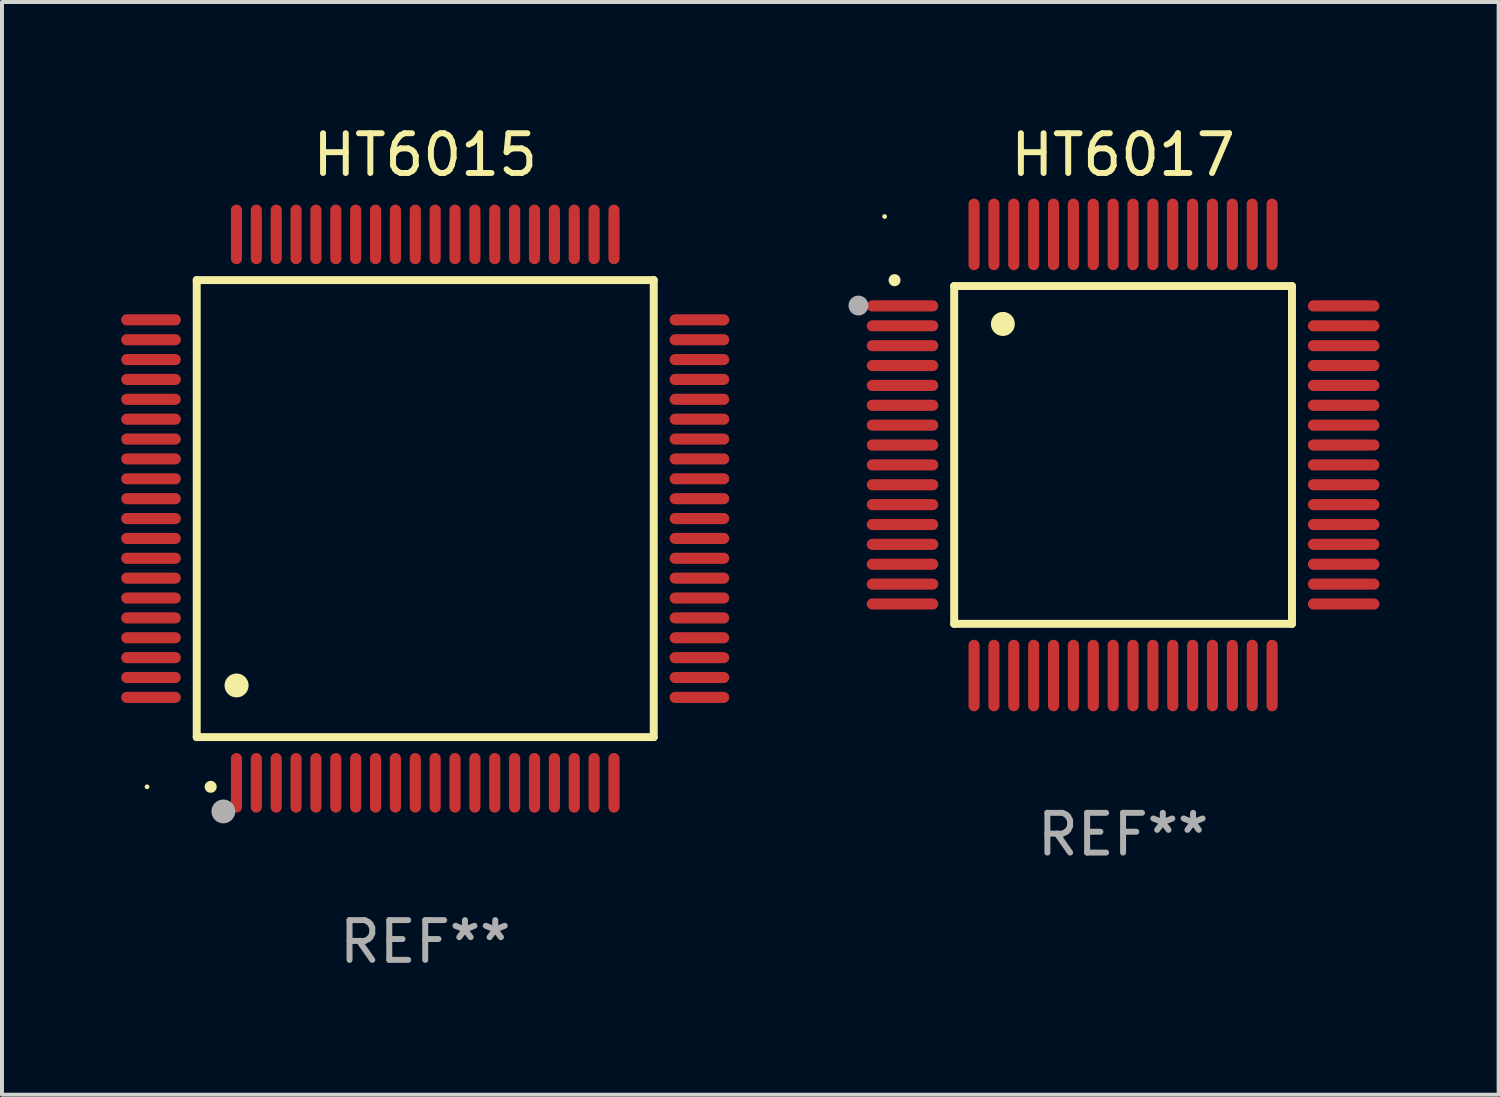
<source format=kicad_pcb>
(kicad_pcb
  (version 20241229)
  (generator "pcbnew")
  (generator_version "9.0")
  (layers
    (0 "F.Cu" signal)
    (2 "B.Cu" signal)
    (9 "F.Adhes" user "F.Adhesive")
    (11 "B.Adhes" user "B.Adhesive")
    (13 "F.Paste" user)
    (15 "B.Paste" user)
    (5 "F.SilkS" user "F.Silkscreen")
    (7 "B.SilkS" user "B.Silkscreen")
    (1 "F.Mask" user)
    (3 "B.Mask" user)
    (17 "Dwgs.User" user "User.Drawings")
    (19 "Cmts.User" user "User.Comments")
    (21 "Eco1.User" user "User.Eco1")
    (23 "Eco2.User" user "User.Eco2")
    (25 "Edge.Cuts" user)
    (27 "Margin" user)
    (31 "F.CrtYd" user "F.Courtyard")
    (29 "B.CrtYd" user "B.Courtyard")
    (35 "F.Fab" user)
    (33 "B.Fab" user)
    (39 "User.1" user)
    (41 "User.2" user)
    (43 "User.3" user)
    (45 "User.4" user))
  (footprint "HT6017"
    (layer "F.Cu")
    (at 25.21 8.398)
    (property "Reference" "HT6017" (at 0 -7.55 0) (layer "F.SilkS") (effects (font (size 1 1) (thickness 0.15))))
    (attr through_hole)
    (fp_line (start -4.25 -4.25) (end -4.25 4.25) (stroke (width 0.2) (type solid)) (layer "F.SilkS"))
    (fp_line (start -4.25 4.25) (end 4.25 4.25) (stroke (width 0.2) (type solid)) (layer "F.SilkS"))
    (fp_line (start 4.25 -4.25) (end -4.25 -4.25) (stroke (width 0.2) (type solid)) (layer "F.SilkS"))
    (fp_line (start 4.25 4.25) (end 4.25 -4.25) (stroke (width 0.2) (type solid)) (layer "F.SilkS"))
    (fp_arc (start -5.750572 -4.396749) (mid -5.750577 -4.398019) (end -5.750572 -4.399289) (stroke (width 0.3) (type solid)) (layer "F.SilkS"))
    (fp_arc (start -3.025146 -3.294387) (mid -3.025157 -3.296927) (end -3.025146 -3.299467) (stroke (width 0.6) (type solid)) (layer "F.SilkS"))
    (fp_circle (center -6 -6) (end -5.97 -6) (stroke (width 0.06) (type solid)) (fill no) (layer "F.SilkS"))
    (fp_circle (center -6.66 -3.76) (end -6.535 -3.76) (stroke (width 0.25) (type solid)) (fill no) (layer "F.Fab"))
    (fp_text user "REF**" (at 0 9.55 0) (layer "F.Fab") (effects (font (size 1 1) (thickness 0.15))))
    (pad "1" smd oval (at -5.55 -3.75) (size 1.8 0.28) (layers "F.Cu" "F.Mask" "F.Paste"))
    (pad "2" smd oval (at -5.55 -3.25) (size 1.8 0.28) (layers "F.Cu" "F.Mask" "F.Paste"))
    (pad "3" smd oval (at -5.55 -2.75) (size 1.8 0.28) (layers "F.Cu" "F.Mask" "F.Paste"))
    (pad "4" smd oval (at -5.55 -2.25) (size 1.8 0.28) (layers "F.Cu" "F.Mask" "F.Paste"))
    (pad "5" smd oval (at -5.55 -1.75) (size 1.8 0.28) (layers "F.Cu" "F.Mask" "F.Paste"))
    (pad "6" smd oval (at -5.55 -1.25) (size 1.8 0.28) (layers "F.Cu" "F.Mask" "F.Paste"))
    (pad "7" smd oval (at -5.55 -0.75) (size 1.8 0.28) (layers "F.Cu" "F.Mask" "F.Paste"))
    (pad "8" smd oval (at -5.55 -0.25) (size 1.8 0.28) (layers "F.Cu" "F.Mask" "F.Paste"))
    (pad "9" smd oval (at -5.55 0.25) (size 1.8 0.28) (layers "F.Cu" "F.Mask" "F.Paste"))
    (pad "10" smd oval (at -5.55 0.75) (size 1.8 0.28) (layers "F.Cu" "F.Mask" "F.Paste"))
    (pad "11" smd oval (at -5.55 1.25) (size 1.8 0.28) (layers "F.Cu" "F.Mask" "F.Paste"))
    (pad "12" smd oval (at -5.55 1.75) (size 1.8 0.28) (layers "F.Cu" "F.Mask" "F.Paste"))
    (pad "13" smd oval (at -5.55 2.25) (size 1.8 0.28) (layers "F.Cu" "F.Mask" "F.Paste"))
    (pad "14" smd oval (at -5.55 2.75) (size 1.8 0.28) (layers "F.Cu" "F.Mask" "F.Paste"))
    (pad "15" smd oval (at -5.55 3.25) (size 1.8 0.28) (layers "F.Cu" "F.Mask" "F.Paste"))
    (pad "16" smd oval (at -5.55 3.75) (size 1.8 0.28) (layers "F.Cu" "F.Mask" "F.Paste"))
    (pad "17" smd oval (at -3.75 5.55) (size 0.28 1.8) (layers "F.Cu" "F.Mask" "F.Paste"))
    (pad "18" smd oval (at -3.25 5.55) (size 0.28 1.8) (layers "F.Cu" "F.Mask" "F.Paste"))
    (pad "19" smd oval (at -2.75 5.55) (size 0.28 1.8) (layers "F.Cu" "F.Mask" "F.Paste"))
    (pad "20" smd oval (at -2.25 5.55) (size 0.28 1.8) (layers "F.Cu" "F.Mask" "F.Paste"))
    (pad "21" smd oval (at -1.75 5.55) (size 0.28 1.8) (layers "F.Cu" "F.Mask" "F.Paste"))
    (pad "22" smd oval (at -1.25 5.55) (size 0.28 1.8) (layers "F.Cu" "F.Mask" "F.Paste"))
    (pad "23" smd oval (at -0.75 5.55) (size 0.28 1.8) (layers "F.Cu" "F.Mask" "F.Paste"))
    (pad "24" smd oval (at -0.25 5.55) (size 0.28 1.8) (layers "F.Cu" "F.Mask" "F.Paste"))
    (pad "25" smd oval (at 0.25 5.55) (size 0.28 1.8) (layers "F.Cu" "F.Mask" "F.Paste"))
    (pad "26" smd oval (at 0.75 5.55) (size 0.28 1.8) (layers "F.Cu" "F.Mask" "F.Paste"))
    (pad "27" smd oval (at 1.25 5.55) (size 0.28 1.8) (layers "F.Cu" "F.Mask" "F.Paste"))
    (pad "28" smd oval (at 1.75 5.55) (size 0.28 1.8) (layers "F.Cu" "F.Mask" "F.Paste"))
    (pad "29" smd oval (at 2.25 5.55) (size 0.28 1.8) (layers "F.Cu" "F.Mask" "F.Paste"))
    (pad "30" smd oval (at 2.75 5.55) (size 0.28 1.8) (layers "F.Cu" "F.Mask" "F.Paste"))
    (pad "31" smd oval (at 3.25 5.55) (size 0.28 1.8) (layers "F.Cu" "F.Mask" "F.Paste"))
    (pad "32" smd oval (at 3.75 5.55) (size 0.28 1.8) (layers "F.Cu" "F.Mask" "F.Paste"))
    (pad "33" smd oval (at 5.55 3.75) (size 1.8 0.28) (layers "F.Cu" "F.Mask" "F.Paste"))
    (pad "34" smd oval (at 5.55 3.25) (size 1.8 0.28) (layers "F.Cu" "F.Mask" "F.Paste"))
    (pad "35" smd oval (at 5.55 2.75) (size 1.8 0.28) (layers "F.Cu" "F.Mask" "F.Paste"))
    (pad "36" smd oval (at 5.55 2.25) (size 1.8 0.28) (layers "F.Cu" "F.Mask" "F.Paste"))
    (pad "37" smd oval (at 5.55 1.75) (size 1.8 0.28) (layers "F.Cu" "F.Mask" "F.Paste"))
    (pad "38" smd oval (at 5.55 1.25) (size 1.8 0.28) (layers "F.Cu" "F.Mask" "F.Paste"))
    (pad "39" smd oval (at 5.55 0.75) (size 1.8 0.28) (layers "F.Cu" "F.Mask" "F.Paste"))
    (pad "40" smd oval (at 5.55 0.25) (size 1.8 0.28) (layers "F.Cu" "F.Mask" "F.Paste"))
    (pad "41" smd oval (at 5.55 -0.25) (size 1.8 0.28) (layers "F.Cu" "F.Mask" "F.Paste"))
    (pad "42" smd oval (at 5.55 -0.75) (size 1.8 0.28) (layers "F.Cu" "F.Mask" "F.Paste"))
    (pad "43" smd oval (at 5.55 -1.25) (size 1.8 0.28) (layers "F.Cu" "F.Mask" "F.Paste"))
    (pad "44" smd oval (at 5.55 -1.75) (size 1.8 0.28) (layers "F.Cu" "F.Mask" "F.Paste"))
    (pad "45" smd oval (at 5.55 -2.25) (size 1.8 0.28) (layers "F.Cu" "F.Mask" "F.Paste"))
    (pad "46" smd oval (at 5.55 -2.75) (size 1.8 0.28) (layers "F.Cu" "F.Mask" "F.Paste"))
    (pad "47" smd oval (at 5.55 -3.25) (size 1.8 0.28) (layers "F.Cu" "F.Mask" "F.Paste"))
    (pad "48" smd oval (at 5.55 -3.75) (size 1.8 0.28) (layers "F.Cu" "F.Mask" "F.Paste"))
    (pad "49" smd oval (at 3.75 -5.55) (size 0.28 1.8) (layers "F.Cu" "F.Mask" "F.Paste"))
    (pad "50" smd oval (at 3.25 -5.55) (size 0.28 1.8) (layers "F.Cu" "F.Mask" "F.Paste"))
    (pad "51" smd oval (at 2.75 -5.55) (size 0.28 1.8) (layers "F.Cu" "F.Mask" "F.Paste"))
    (pad "52" smd oval (at 2.25 -5.55) (size 0.28 1.8) (layers "F.Cu" "F.Mask" "F.Paste"))
    (pad "53" smd oval (at 1.75 -5.55) (size 0.28 1.8) (layers "F.Cu" "F.Mask" "F.Paste"))
    (pad "54" smd oval (at 1.25 -5.55) (size 0.28 1.8) (layers "F.Cu" "F.Mask" "F.Paste"))
    (pad "55" smd oval (at 0.75 -5.55) (size 0.28 1.8) (layers "F.Cu" "F.Mask" "F.Paste"))
    (pad "56" smd oval (at 0.25 -5.55) (size 0.28 1.8) (layers "F.Cu" "F.Mask" "F.Paste"))
    (pad "57" smd oval (at -0.25 -5.55) (size 0.28 1.8) (layers "F.Cu" "F.Mask" "F.Paste"))
    (pad "58" smd oval (at -0.75 -5.55) (size 0.28 1.8) (layers "F.Cu" "F.Mask" "F.Paste"))
    (pad "59" smd oval (at -1.25 -5.55) (size 0.28 1.8) (layers "F.Cu" "F.Mask" "F.Paste"))
    (pad "60" smd oval (at -1.75 -5.55) (size 0.28 1.8) (layers "F.Cu" "F.Mask" "F.Paste"))
    (pad "61" smd oval (at -2.25 -5.55) (size 0.28 1.8) (layers "F.Cu" "F.Mask" "F.Paste"))
    (pad "62" smd oval (at -2.75 -5.55) (size 0.28 1.8) (layers "F.Cu" "F.Mask" "F.Paste"))
    (pad "63" smd oval (at -3.25 -5.55) (size 0.28 1.8) (layers "F.Cu" "F.Mask" "F.Paste"))
    (pad "64" smd oval (at -3.75 -5.55) (size 0.28 1.8) (layers "F.Cu" "F.Mask" "F.Paste")))
  (footprint "HT6015"
    (layer "F.Cu")
    (at 7.65 9.748)
    (property "Reference" "HT6015" (at 0 -8.9 0) (layer "F.SilkS") (effects (font (size 1 1) (thickness 0.15))))
    (attr through_hole)
    (fp_line (start -5.75 -5.75) (end 5.75 -5.75) (stroke (width 0.2) (type solid)) (layer "F.SilkS"))
    (fp_line (start -5.75 5.75) (end -5.75 -5.75) (stroke (width 0.2) (type solid)) (layer "F.SilkS"))
    (fp_line (start 5.75 -5.75) (end 5.75 5.75) (stroke (width 0.2) (type solid)) (layer "F.SilkS"))
    (fp_line (start 5.75 5.75) (end -5.75 5.75) (stroke (width 0.2) (type solid)) (layer "F.SilkS"))
    (fp_arc (start -5.400051 7.000254) (mid -5.398781 7.000249) (end -5.397511 7.000254) (stroke (width 0.3) (type solid)) (layer "F.SilkS"))
    (fp_arc (start -4.749809 4.450089) (mid -4.747269 4.450078) (end -4.744729 4.450089) (stroke (width 0.6) (type solid)) (layer "F.SilkS"))
    (fp_circle (center -7 7) (end -6.97 7) (stroke (width 0.06) (type solid)) (fill no) (layer "F.SilkS"))
    (fp_circle (center -5.08 7.62) (end -4.93 7.62) (stroke (width 0.3) (type solid)) (fill no) (layer "F.Fab"))
    (fp_text user "REF**" (at 0 10.9 0) (layer "F.Fab") (effects (font (size 1 1) (thickness 0.15))))
    (pad "1" smd oval (at -4.75 6.9 180) (size 0.28 1.5) (layers "F.Cu" "F.Mask" "F.Paste"))
    (pad "2" smd oval (at -4.25 6.9 180) (size 0.28 1.5) (layers "F.Cu" "F.Mask" "F.Paste"))
    (pad "3" smd oval (at -3.75 6.9 180) (size 0.28 1.5) (layers "F.Cu" "F.Mask" "F.Paste"))
    (pad "4" smd oval (at -3.25 6.9 180) (size 0.28 1.5) (layers "F.Cu" "F.Mask" "F.Paste"))
    (pad "5" smd oval (at -2.75 6.9 180) (size 0.28 1.5) (layers "F.Cu" "F.Mask" "F.Paste"))
    (pad "6" smd oval (at -2.25 6.9 180) (size 0.28 1.5) (layers "F.Cu" "F.Mask" "F.Paste"))
    (pad "7" smd oval (at -1.75 6.9 180) (size 0.28 1.5) (layers "F.Cu" "F.Mask" "F.Paste"))
    (pad "8" smd oval (at -1.25 6.9 180) (size 0.28 1.5) (layers "F.Cu" "F.Mask" "F.Paste"))
    (pad "9" smd oval (at -0.75 6.9 180) (size 0.28 1.5) (layers "F.Cu" "F.Mask" "F.Paste"))
    (pad "10" smd oval (at -0.25 6.9 180) (size 0.28 1.5) (layers "F.Cu" "F.Mask" "F.Paste"))
    (pad "11" smd oval (at 0.25 6.9 180) (size 0.28 1.5) (layers "F.Cu" "F.Mask" "F.Paste"))
    (pad "12" smd oval (at 0.75 6.9 180) (size 0.28 1.5) (layers "F.Cu" "F.Mask" "F.Paste"))
    (pad "13" smd oval (at 1.25 6.9 180) (size 0.28 1.5) (layers "F.Cu" "F.Mask" "F.Paste"))
    (pad "14" smd oval (at 1.75 6.9 180) (size 0.28 1.5) (layers "F.Cu" "F.Mask" "F.Paste"))
    (pad "15" smd oval (at 2.25 6.9 180) (size 0.28 1.5) (layers "F.Cu" "F.Mask" "F.Paste"))
    (pad "16" smd oval (at 2.75 6.9 180) (size 0.28 1.5) (layers "F.Cu" "F.Mask" "F.Paste"))
    (pad "17" smd oval (at 3.25 6.9 180) (size 0.28 1.5) (layers "F.Cu" "F.Mask" "F.Paste"))
    (pad "18" smd oval (at 3.75 6.9 180) (size 0.28 1.5) (layers "F.Cu" "F.Mask" "F.Paste"))
    (pad "19" smd oval (at 4.25 6.9 180) (size 0.28 1.5) (layers "F.Cu" "F.Mask" "F.Paste"))
    (pad "20" smd oval (at 4.75 6.9) (size 0.28 1.5) (layers "F.Cu" "F.Mask" "F.Paste"))
    (pad "21" smd oval (at 6.9 4.75 270) (size 0.28 1.5) (layers "F.Cu" "F.Mask" "F.Paste"))
    (pad "22" smd oval (at 6.9 4.25 90) (size 0.28 1.5) (layers "F.Cu" "F.Mask" "F.Paste"))
    (pad "23" smd oval (at 6.9 3.75 90) (size 0.28 1.5) (layers "F.Cu" "F.Mask" "F.Paste"))
    (pad "24" smd oval (at 6.9 3.25 90) (size 0.28 1.5) (layers "F.Cu" "F.Mask" "F.Paste"))
    (pad "25" smd oval (at 6.9 2.75 90) (size 0.28 1.5) (layers "F.Cu" "F.Mask" "F.Paste"))
    (pad "26" smd oval (at 6.9 2.25 90) (size 0.28 1.5) (layers "F.Cu" "F.Mask" "F.Paste"))
    (pad "27" smd oval (at 6.9 1.75 90) (size 0.28 1.5) (layers "F.Cu" "F.Mask" "F.Paste"))
    (pad "28" smd oval (at 6.9 1.25 90) (size 0.28 1.5) (layers "F.Cu" "F.Mask" "F.Paste"))
    (pad "29" smd oval (at 6.9 0.75 90) (size 0.28 1.5) (layers "F.Cu" "F.Mask" "F.Paste"))
    (pad "30" smd oval (at 6.9 0.25 90) (size 0.28 1.5) (layers "F.Cu" "F.Mask" "F.Paste"))
    (pad "31" smd oval (at 6.9 -0.25 90) (size 0.28 1.5) (layers "F.Cu" "F.Mask" "F.Paste"))
    (pad "32" smd oval (at 6.9 -0.75 90) (size 0.28 1.5) (layers "F.Cu" "F.Mask" "F.Paste"))
    (pad "33" smd oval (at 6.9 -1.25 90) (size 0.28 1.5) (layers "F.Cu" "F.Mask" "F.Paste"))
    (pad "34" smd oval (at 6.9 -1.75 90) (size 0.28 1.5) (layers "F.Cu" "F.Mask" "F.Paste"))
    (pad "35" smd oval (at 6.9 -2.25 90) (size 0.28 1.5) (layers "F.Cu" "F.Mask" "F.Paste"))
    (pad "36" smd oval (at 6.9 -2.75 90) (size 0.28 1.5) (layers "F.Cu" "F.Mask" "F.Paste"))
    (pad "37" smd oval (at 6.9 -3.25 90) (size 0.28 1.5) (layers "F.Cu" "F.Mask" "F.Paste"))
    (pad "38" smd oval (at 6.9 -3.75 90) (size 0.28 1.5) (layers "F.Cu" "F.Mask" "F.Paste"))
    (pad "39" smd oval (at 6.9 -4.25 90) (size 0.28 1.5) (layers "F.Cu" "F.Mask" "F.Paste"))
    (pad "40" smd oval (at 6.9 -4.75 90) (size 0.28 1.5) (layers "F.Cu" "F.Mask" "F.Paste"))
    (pad "41" smd oval (at 4.75 -6.9) (size 0.28 1.5) (layers "F.Cu" "F.Mask" "F.Paste"))
    (pad "42" smd oval (at 4.25 -6.9 180) (size 0.28 1.5) (layers "F.Cu" "F.Mask" "F.Paste"))
    (pad "43" smd oval (at 3.75 -6.9 180) (size 0.28 1.5) (layers "F.Cu" "F.Mask" "F.Paste"))
    (pad "44" smd oval (at 3.25 -6.9 180) (size 0.28 1.5) (layers "F.Cu" "F.Mask" "F.Paste"))
    (pad "45" smd oval (at 2.75 -6.9 180) (size 0.28 1.5) (layers "F.Cu" "F.Mask" "F.Paste"))
    (pad "46" smd oval (at 2.25 -6.9 180) (size 0.28 1.5) (layers "F.Cu" "F.Mask" "F.Paste"))
    (pad "47" smd oval (at 1.75 -6.9 180) (size 0.28 1.5) (layers "F.Cu" "F.Mask" "F.Paste"))
    (pad "48" smd oval (at 1.25 -6.9 180) (size 0.28 1.5) (layers "F.Cu" "F.Mask" "F.Paste"))
    (pad "49" smd oval (at 0.75 -6.9 180) (size 0.28 1.5) (layers "F.Cu" "F.Mask" "F.Paste"))
    (pad "50" smd oval (at 0.25 -6.9 180) (size 0.28 1.5) (layers "F.Cu" "F.Mask" "F.Paste"))
    (pad "51" smd oval (at -0.25 -6.9 180) (size 0.28 1.5) (layers "F.Cu" "F.Mask" "F.Paste"))
    (pad "52" smd oval (at -0.75 -6.9 180) (size 0.28 1.5) (layers "F.Cu" "F.Mask" "F.Paste"))
    (pad "53" smd oval (at -1.25 -6.9 180) (size 0.28 1.5) (layers "F.Cu" "F.Mask" "F.Paste"))
    (pad "54" smd oval (at -1.75 -6.9 180) (size 0.28 1.5) (layers "F.Cu" "F.Mask" "F.Paste"))
    (pad "55" smd oval (at -2.25 -6.9 180) (size 0.28 1.5) (layers "F.Cu" "F.Mask" "F.Paste"))
    (pad "56" smd oval (at -2.75 -6.9 180) (size 0.28 1.5) (layers "F.Cu" "F.Mask" "F.Paste"))
    (pad "57" smd oval (at -3.25 -6.9 180) (size 0.28 1.5) (layers "F.Cu" "F.Mask" "F.Paste"))
    (pad "58" smd oval (at -3.75 -6.9 180) (size 0.28 1.5) (layers "F.Cu" "F.Mask" "F.Paste"))
    (pad "59" smd oval (at -4.25 -6.9 180) (size 0.28 1.5) (layers "F.Cu" "F.Mask" "F.Paste"))
    (pad "60" smd oval (at -4.75 -6.9 180) (size 0.28 1.5) (layers "F.Cu" "F.Mask" "F.Paste"))
    (pad "61" smd oval (at -6.9 -4.75 90) (size 0.28 1.5) (layers "F.Cu" "F.Mask" "F.Paste"))
    (pad "62" smd oval (at -6.9 -4.25 90) (size 0.28 1.5) (layers "F.Cu" "F.Mask" "F.Paste"))
    (pad "63" smd oval (at -6.9 -3.75 90) (size 0.28 1.5) (layers "F.Cu" "F.Mask" "F.Paste"))
    (pad "64" smd oval (at -6.9 -3.25 90) (size 0.28 1.5) (layers "F.Cu" "F.Mask" "F.Paste"))
    (pad "65" smd oval (at -6.9 -2.75 90) (size 0.28 1.5) (layers "F.Cu" "F.Mask" "F.Paste"))
    (pad "66" smd oval (at -6.9 -2.25 90) (size 0.28 1.5) (layers "F.Cu" "F.Mask" "F.Paste"))
    (pad "67" smd oval (at -6.9 -1.75 90) (size 0.28 1.5) (layers "F.Cu" "F.Mask" "F.Paste"))
    (pad "68" smd oval (at -6.9 -1.25 90) (size 0.28 1.5) (layers "F.Cu" "F.Mask" "F.Paste"))
    (pad "69" smd oval (at -6.9 -0.75 90) (size 0.28 1.5) (layers "F.Cu" "F.Mask" "F.Paste"))
    (pad "70" smd oval (at -6.9 -0.25 90) (size 0.28 1.5) (layers "F.Cu" "F.Mask" "F.Paste"))
    (pad "71" smd oval (at -6.9 0.25 90) (size 0.28 1.5) (layers "F.Cu" "F.Mask" "F.Paste"))
    (pad "72" smd oval (at -6.9 0.75 90) (size 0.28 1.5) (layers "F.Cu" "F.Mask" "F.Paste"))
    (pad "73" smd oval (at -6.9 1.25 90) (size 0.28 1.5) (layers "F.Cu" "F.Mask" "F.Paste"))
    (pad "74" smd oval (at -6.9 1.75 90) (size 0.28 1.5) (layers "F.Cu" "F.Mask" "F.Paste"))
    (pad "75" smd oval (at -6.9 2.25 90) (size 0.28 1.5) (layers "F.Cu" "F.Mask" "F.Paste"))
    (pad "76" smd oval (at -6.9 2.75 90) (size 0.28 1.5) (layers "F.Cu" "F.Mask" "F.Paste"))
    (pad "77" smd oval (at -6.9 3.25 90) (size 0.28 1.5) (layers "F.Cu" "F.Mask" "F.Paste"))
    (pad "78" smd oval (at -6.9 3.75 90) (size 0.28 1.5) (layers "F.Cu" "F.Mask" "F.Paste"))
    (pad "79" smd oval (at -6.9 4.25 90) (size 0.28 1.5) (layers "F.Cu" "F.Mask" "F.Paste"))
    (pad "80" smd oval (at -6.9 4.75 270) (size 0.28 1.5) (layers "F.Cu" "F.Mask" "F.Paste")))
  (gr_rect
    (start -3 -3)
    (end 34.66 24.496)
    (stroke (width 0.1) (type default))
    (fill no)
    (layer "Edge.Cuts")))
</source>
